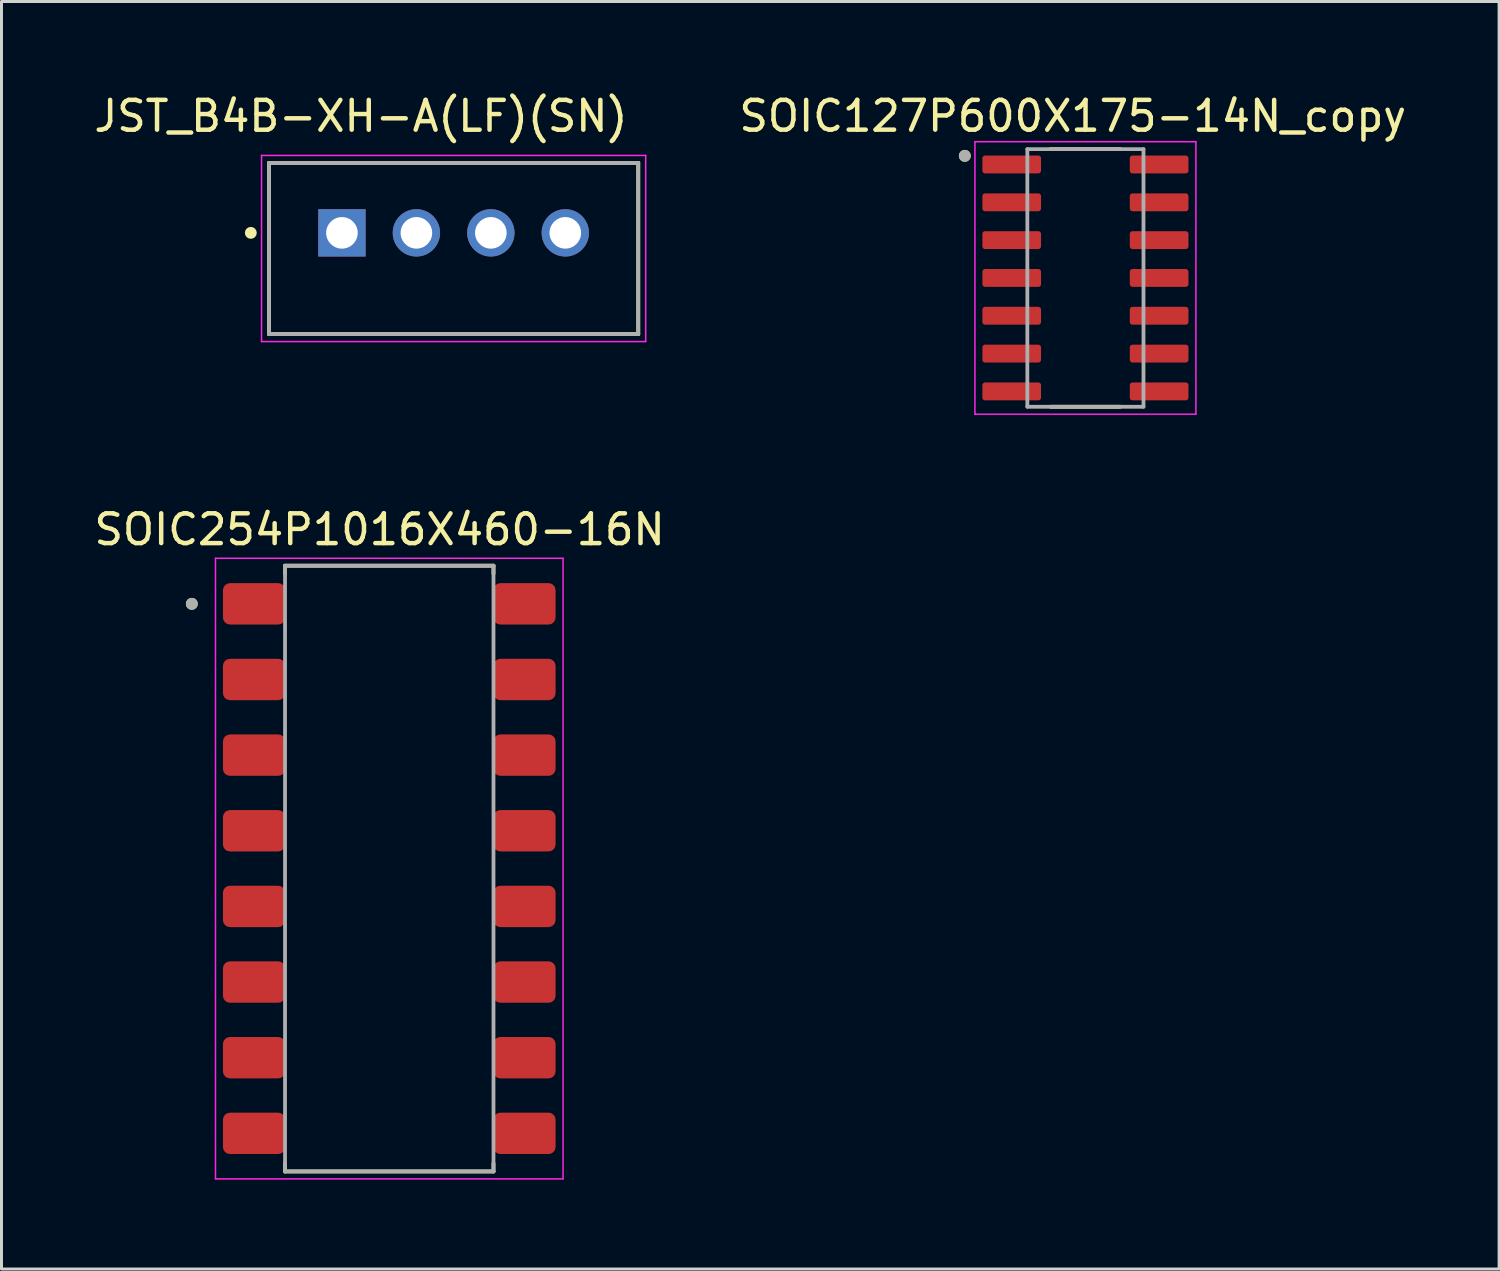
<source format=kicad_pcb>
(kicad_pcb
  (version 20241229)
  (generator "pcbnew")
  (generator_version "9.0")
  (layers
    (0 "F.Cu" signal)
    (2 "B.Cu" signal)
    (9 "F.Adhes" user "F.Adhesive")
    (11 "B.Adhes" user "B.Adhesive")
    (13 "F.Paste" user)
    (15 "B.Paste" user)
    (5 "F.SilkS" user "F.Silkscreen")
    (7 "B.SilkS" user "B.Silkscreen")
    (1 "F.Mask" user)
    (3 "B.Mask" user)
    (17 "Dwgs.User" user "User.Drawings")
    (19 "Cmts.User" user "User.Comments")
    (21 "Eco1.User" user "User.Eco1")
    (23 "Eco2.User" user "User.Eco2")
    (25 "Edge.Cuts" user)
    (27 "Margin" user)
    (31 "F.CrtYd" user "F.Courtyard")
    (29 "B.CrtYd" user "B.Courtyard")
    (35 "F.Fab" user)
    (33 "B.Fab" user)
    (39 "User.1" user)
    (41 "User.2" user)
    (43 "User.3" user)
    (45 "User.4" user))
  (footprint "SOIC127P600X175-14N_copy"
    (layer "F.Cu")
    (at 33.397 6.283)
    (property "Reference" "SOIC127P600X175-14N_copy" (at -0.425 -5.435 0) (layer "F.SilkS") (effects (font (size 1 1) (thickness 0.15))))
    (attr through_hole)
    (fp_line (start -1.17 -4.325) (end 1.17 -4.325) (stroke (width 0.127) (type solid)) (layer "F.SilkS"))
    (fp_line (start -1.17 4.325) (end 1.17 4.325) (stroke (width 0.127) (type solid)) (layer "F.SilkS"))
    (fp_circle (center -4.05 -4.1) (end -3.95 -4.1) (stroke (width 0.2) (type solid)) (fill no) (layer "F.SilkS"))
    (fp_line (start -3.71 -4.575) (end 3.71 -4.575) (stroke (width 0.05) (type solid)) (layer "F.CrtYd"))
    (fp_line (start -3.71 4.575) (end -3.71 -4.575) (stroke (width 0.05) (type solid)) (layer "F.CrtYd"))
    (fp_line (start 3.71 -4.575) (end 3.71 4.575) (stroke (width 0.05) (type solid)) (layer "F.CrtYd"))
    (fp_line (start 3.71 4.575) (end -3.71 4.575) (stroke (width 0.05) (type solid)) (layer "F.CrtYd"))
    (fp_line (start -1.95 -4.325) (end 1.95 -4.325) (stroke (width 0.127) (type solid)) (layer "F.Fab"))
    (fp_line (start -1.95 4.325) (end -1.95 -4.325) (stroke (width 0.127) (type solid)) (layer "F.Fab"))
    (fp_line (start 1.95 -4.325) (end 1.95 4.325) (stroke (width 0.127) (type solid)) (layer "F.Fab"))
    (fp_line (start 1.95 4.325) (end -1.95 4.325) (stroke (width 0.127) (type solid)) (layer "F.Fab"))
    (fp_circle (center -4.05 -4.1) (end -3.95 -4.1) (stroke (width 0.2) (type solid)) (fill no) (layer "F.Fab"))
    (pad "1" smd roundrect (at -2.475 -3.81) (size 1.97 0.6) (layers "F.Cu" "F.Mask" "F.Paste") (roundrect_rratio 0.15))
    (pad "2" smd roundrect (at -2.475 -2.54) (size 1.97 0.6) (layers "F.Cu" "F.Mask" "F.Paste") (roundrect_rratio 0.15))
    (pad "3" smd roundrect (at -2.475 -1.27) (size 1.97 0.6) (layers "F.Cu" "F.Mask" "F.Paste") (roundrect_rratio 0.15))
    (pad "4" smd roundrect (at -2.475 0) (size 1.97 0.6) (layers "F.Cu" "F.Mask" "F.Paste") (roundrect_rratio 0.15))
    (pad "5" smd roundrect (at -2.475 1.27) (size 1.97 0.6) (layers "F.Cu" "F.Mask" "F.Paste") (roundrect_rratio 0.15))
    (pad "6" smd roundrect (at -2.475 2.54) (size 1.97 0.6) (layers "F.Cu" "F.Mask" "F.Paste") (roundrect_rratio 0.15))
    (pad "7" smd roundrect (at -2.475 3.81) (size 1.97 0.6) (layers "F.Cu" "F.Mask" "F.Paste") (roundrect_rratio 0.15))
    (pad "8" smd roundrect (at 2.475 3.81) (size 1.97 0.6) (layers "F.Cu" "F.Mask" "F.Paste") (roundrect_rratio 0.15))
    (pad "9" smd roundrect (at 2.475 2.54) (size 1.97 0.6) (layers "F.Cu" "F.Mask" "F.Paste") (roundrect_rratio 0.15))
    (pad "10" smd roundrect (at 2.475 1.27) (size 1.97 0.6) (layers "F.Cu" "F.Mask" "F.Paste") (roundrect_rratio 0.15))
    (pad "11" smd roundrect (at 2.475 0) (size 1.97 0.6) (layers "F.Cu" "F.Mask" "F.Paste") (roundrect_rratio 0.15))
    (pad "12" smd roundrect (at 2.475 -1.27) (size 1.97 0.6) (layers "F.Cu" "F.Mask" "F.Paste") (roundrect_rratio 0.15))
    (pad "13" smd roundrect (at 2.475 -2.54) (size 1.97 0.6) (layers "F.Cu" "F.Mask" "F.Paste") (roundrect_rratio 0.15))
    (pad "14" smd roundrect (at 2.475 -3.81) (size 1.97 0.6) (layers "F.Cu" "F.Mask" "F.Paste") (roundrect_rratio 0.15)))
  (footprint "JST_B4B-XH-A(LF)(SN)"
    (layer "F.Cu")
    (at 8.432 4.769)
    (property "Reference" "JST_B4B-XH-A(LF)(SN)" (at 0.638 -3.92 0) (layer "F.SilkS") (effects (font (size 1.002 1.002) (thickness 0.15))))
    (attr through_hole)
    (fp_line (start -2.45 -2.35) (end -2.45 3.4) (stroke (width 0.127) (type solid)) (layer "F.SilkS"))
    (fp_line (start -2.45 3.4) (end 9.95 3.4) (stroke (width 0.127) (type solid)) (layer "F.SilkS"))
    (fp_line (start 9.95 -2.35) (end -2.45 -2.35) (stroke (width 0.127) (type solid)) (layer "F.SilkS"))
    (fp_line (start 9.95 3.4) (end 9.95 -2.35) (stroke (width 0.127) (type solid)) (layer "F.SilkS"))
    (fp_circle (center -3.06 0) (end -2.96 0) (stroke (width 0.2) (type solid)) (fill no) (layer "F.SilkS"))
    (fp_line (start -2.7 -2.6) (end 10.2 -2.6) (stroke (width 0.05) (type solid)) (layer "F.CrtYd"))
    (fp_line (start -2.7 3.65) (end -2.7 -2.6) (stroke (width 0.05) (type solid)) (layer "F.CrtYd"))
    (fp_line (start 10.2 -2.6) (end 10.2 3.65) (stroke (width 0.05) (type solid)) (layer "F.CrtYd"))
    (fp_line (start 10.2 3.65) (end -2.7 3.65) (stroke (width 0.05) (type solid)) (layer "F.CrtYd"))
    (fp_line (start -2.45 -2.35) (end -2.45 3.4) (stroke (width 0.127) (type solid)) (layer "F.Fab"))
    (fp_line (start -2.45 3.4) (end 9.95 3.4) (stroke (width 0.127) (type solid)) (layer "F.Fab"))
    (fp_line (start 9.95 -2.35) (end -2.45 -2.35) (stroke (width 0.127) (type solid)) (layer "F.Fab"))
    (fp_line (start 9.95 3.4) (end 9.95 -2.35) (stroke (width 0.127) (type solid)) (layer "F.Fab"))
    (pad "1" thru_hole rect (at 0 0) (size 1.59 1.59) (drill 1.06) (layers "*.Cu" "*.Mask"))
    (pad "2" thru_hole circle (at 2.5 0) (size 1.59 1.59) (drill 1.06) (layers "*.Cu" "*.Mask"))
    (pad "3" thru_hole circle (at 5 0) (size 1.59 1.59) (drill 1.06) (layers "*.Cu" "*.Mask"))
    (pad "4" thru_hole circle (at 7.5 0) (size 1.59 1.59) (drill 1.06) (layers "*.Cu" "*.Mask")))
  (footprint "SOIC254P1016X460-16N"
    (layer "F.Cu")
    (at 10.021 26.116)
    (property "Reference" "SOIC254P1016X460-16N" (at -0.325 -11.385 0) (layer "F.SilkS") (effects (font (size 1 1) (thickness 0.15))))
    (attr through_hole)
    (fp_line (start -3.5 -10.17) (end -3.5 -9.9) (stroke (width 0.127) (type solid)) (layer "F.SilkS"))
    (fp_line (start -3.5 -10.17) (end 3.5 -10.17) (stroke (width 0.127) (type solid)) (layer "F.SilkS"))
    (fp_line (start -3.5 10.17) (end -3.5 9.9) (stroke (width 0.127) (type solid)) (layer "F.SilkS"))
    (fp_line (start -3.5 10.17) (end 3.5 10.17) (stroke (width 0.127) (type solid)) (layer "F.SilkS"))
    (fp_line (start 3.5 -10.17) (end 3.5 -9.9) (stroke (width 0.127) (type solid)) (layer "F.SilkS"))
    (fp_line (start 3.5 10.17) (end 3.5 9.9) (stroke (width 0.127) (type solid)) (layer "F.SilkS"))
    (fp_circle (center -6.63 -8.89) (end -6.53 -8.89) (stroke (width 0.2) (type solid)) (fill no) (layer "F.SilkS"))
    (fp_line (start -5.835 -10.42) (end -5.835 10.42) (stroke (width 0.05) (type solid)) (layer "F.CrtYd"))
    (fp_line (start -5.835 -10.42) (end 5.835 -10.42) (stroke (width 0.05) (type solid)) (layer "F.CrtYd"))
    (fp_line (start -5.835 10.42) (end 5.835 10.42) (stroke (width 0.05) (type solid)) (layer "F.CrtYd"))
    (fp_line (start 5.835 -10.42) (end 5.835 10.42) (stroke (width 0.05) (type solid)) (layer "F.CrtYd"))
    (fp_line (start -3.5 -10.17) (end -3.5 10.17) (stroke (width 0.127) (type solid)) (layer "F.Fab"))
    (fp_line (start -3.5 -10.17) (end 3.5 -10.17) (stroke (width 0.127) (type solid)) (layer "F.Fab"))
    (fp_line (start -3.5 10.17) (end 3.5 10.17) (stroke (width 0.127) (type solid)) (layer "F.Fab"))
    (fp_line (start 3.5 -10.17) (end 3.5 10.17) (stroke (width 0.127) (type solid)) (layer "F.Fab"))
    (fp_circle (center -6.63 -8.89) (end -6.53 -8.89) (stroke (width 0.2) (type solid)) (fill no) (layer "F.Fab"))
    (pad "1" smd roundrect (at -4.54 -8.89) (size 2.09 1.39) (layers "F.Cu" "F.Mask" "F.Paste") (roundrect_rratio 0.17))
    (pad "2" smd roundrect (at -4.54 -6.35) (size 2.09 1.39) (layers "F.Cu" "F.Mask" "F.Paste") (roundrect_rratio 0.17))
    (pad "3" smd roundrect (at -4.54 -3.81) (size 2.09 1.39) (layers "F.Cu" "F.Mask" "F.Paste") (roundrect_rratio 0.17))
    (pad "4" smd roundrect (at -4.54 -1.27) (size 2.09 1.39) (layers "F.Cu" "F.Mask" "F.Paste") (roundrect_rratio 0.17))
    (pad "5" smd roundrect (at -4.54 1.27) (size 2.09 1.39) (layers "F.Cu" "F.Mask" "F.Paste") (roundrect_rratio 0.17))
    (pad "6" smd roundrect (at -4.54 3.81) (size 2.09 1.39) (layers "F.Cu" "F.Mask" "F.Paste") (roundrect_rratio 0.17))
    (pad "7" smd roundrect (at -4.54 6.35) (size 2.09 1.39) (layers "F.Cu" "F.Mask" "F.Paste") (roundrect_rratio 0.17))
    (pad "8" smd roundrect (at -4.54 8.89) (size 2.09 1.39) (layers "F.Cu" "F.Mask" "F.Paste") (roundrect_rratio 0.17))
    (pad "9" smd roundrect (at 4.54 8.89) (size 2.09 1.39) (layers "F.Cu" "F.Mask" "F.Paste") (roundrect_rratio 0.17))
    (pad "10" smd roundrect (at 4.54 6.35) (size 2.09 1.39) (layers "F.Cu" "F.Mask" "F.Paste") (roundrect_rratio 0.17))
    (pad "11" smd roundrect (at 4.54 3.81) (size 2.09 1.39) (layers "F.Cu" "F.Mask" "F.Paste") (roundrect_rratio 0.17))
    (pad "12" smd roundrect (at 4.54 1.27) (size 2.09 1.39) (layers "F.Cu" "F.Mask" "F.Paste") (roundrect_rratio 0.17))
    (pad "13" smd roundrect (at 4.54 -1.27) (size 2.09 1.39) (layers "F.Cu" "F.Mask" "F.Paste") (roundrect_rratio 0.17))
    (pad "14" smd roundrect (at 4.54 -3.81) (size 2.09 1.39) (layers "F.Cu" "F.Mask" "F.Paste") (roundrect_rratio 0.17))
    (pad "15" smd roundrect (at 4.54 -6.35) (size 2.09 1.39) (layers "F.Cu" "F.Mask" "F.Paste") (roundrect_rratio 0.17))
    (pad "16" smd roundrect (at 4.54 -8.89) (size 2.09 1.39) (layers "F.Cu" "F.Mask" "F.Paste") (roundrect_rratio 0.17)))
  (gr_rect
    (start -3 -3)
    (end 47.288 39.562)
    (stroke (width 0.1) (type default))
    (fill no)
    (layer "Edge.Cuts")))
</source>
